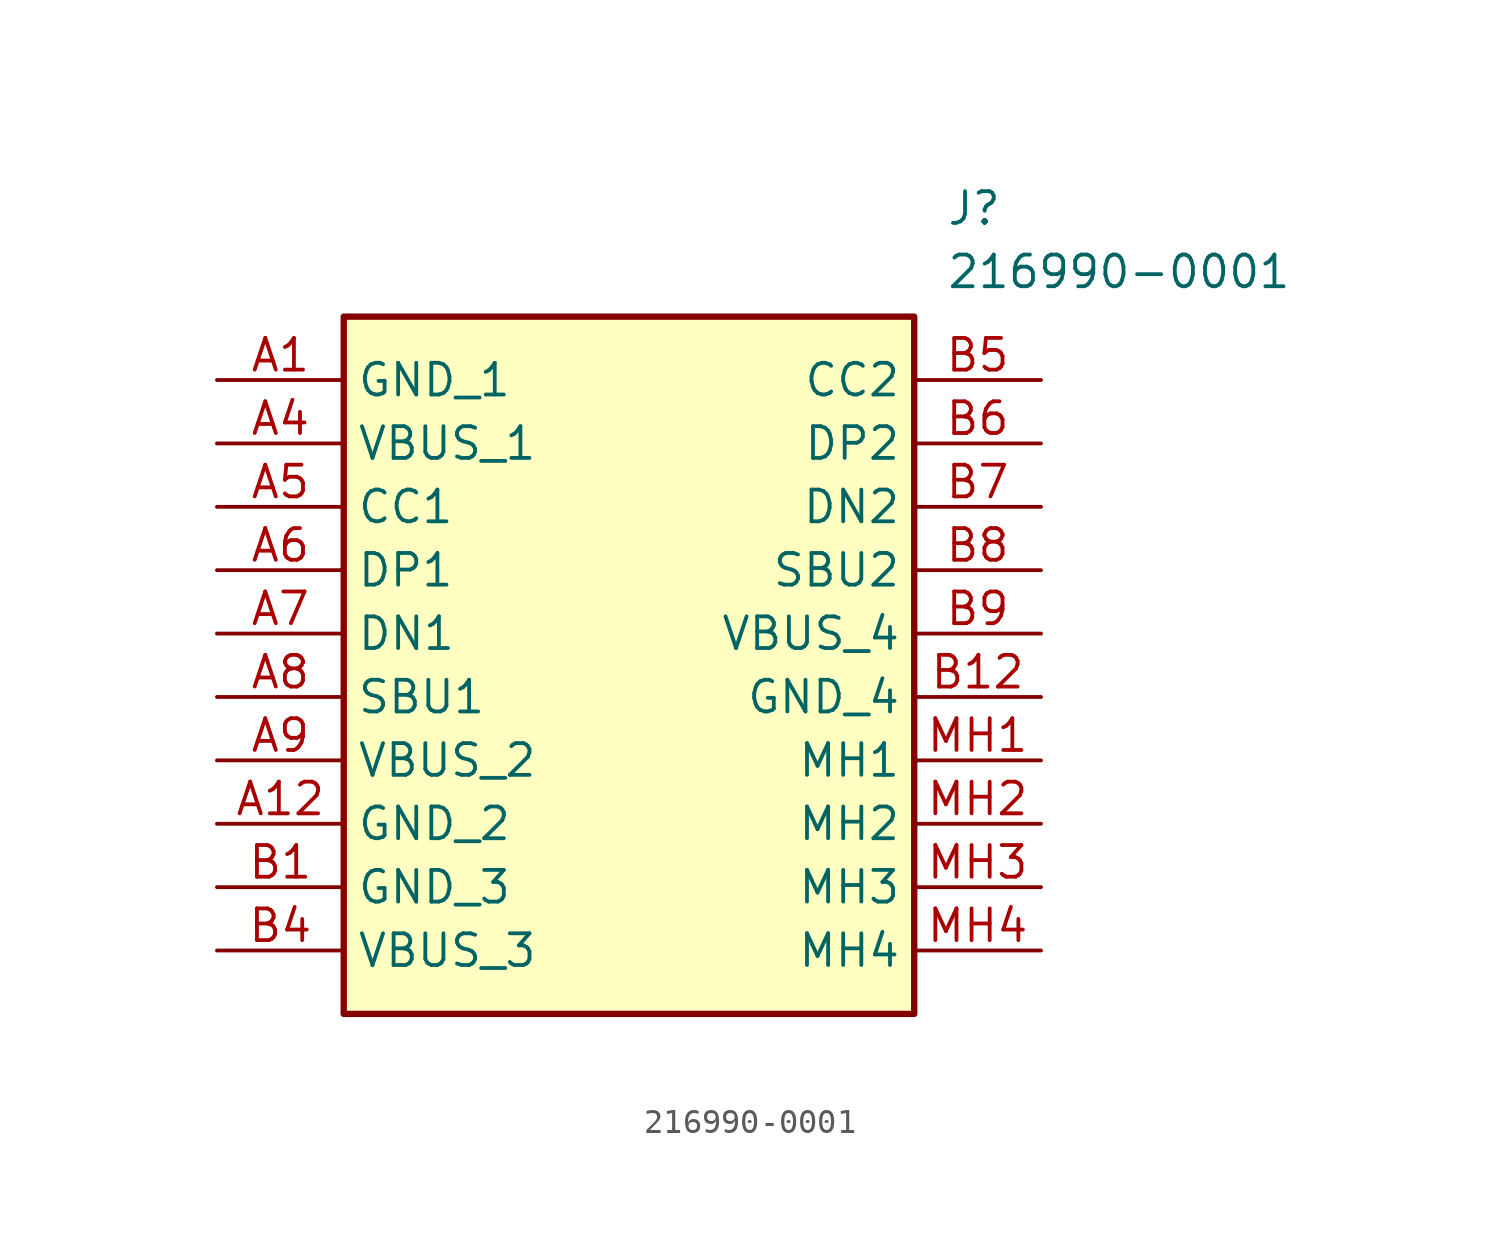
<source format=kicad_sym>
(kicad_symbol_lib
  (version 20231120)
  (generator "kicad_symbol_editor")
  (generator_version "8.0")
  (symbol "216990-0001"
    (property "Reference" "J"
      (at 29.21 7.62 0)
      (effects (font (size 1.27 1.27)) (justify left top)))
    (property "Value" "216990-0001"
      (at 29.21 5.08 0)
      (effects (font (size 1.27 1.27)) (justify left top)))
    (symbol "216990-0001_1_1"
      (rectangle (start 5.08 2.54) (end 27.94 -25.4) (stroke (width 0.254) (type default)) (fill (type background)))
      (pin passive line (at 0 0 0) (length 5.08) (name "GND_1" (effects (font (size 1.27 1.27)))) (number "A1" (effects (font (size 1.27 1.27)))))
      (pin passive line (at 0 -17.78 0) (length 5.08) (name "GND_2" (effects (font (size 1.27 1.27)))) (number "A12" (effects (font (size 1.27 1.27)))))
      (pin passive line (at 0 -2.54 0) (length 5.08) (name "VBUS_1" (effects (font (size 1.27 1.27)))) (number "A4" (effects (font (size 1.27 1.27)))))
      (pin passive line (at 0 -5.08 0) (length 5.08) (name "CC1" (effects (font (size 1.27 1.27)))) (number "A5" (effects (font (size 1.27 1.27)))))
      (pin passive line (at 0 -7.62 0) (length 5.08) (name "DP1" (effects (font (size 1.27 1.27)))) (number "A6" (effects (font (size 1.27 1.27)))))
      (pin passive line (at 0 -10.16 0) (length 5.08) (name "DN1" (effects (font (size 1.27 1.27)))) (number "A7" (effects (font (size 1.27 1.27)))))
      (pin passive line (at 0 -12.7 0) (length 5.08) (name "SBU1" (effects (font (size 1.27 1.27)))) (number "A8" (effects (font (size 1.27 1.27)))))
      (pin passive line (at 0 -15.24 0) (length 5.08) (name "VBUS_2" (effects (font (size 1.27 1.27)))) (number "A9" (effects (font (size 1.27 1.27)))))
      (pin passive line (at 0 -20.32 0) (length 5.08) (name "GND_3" (effects (font (size 1.27 1.27)))) (number "B1" (effects (font (size 1.27 1.27)))))
      (pin passive line (at 33.02 -12.7 180) (length 5.08) (name "GND_4" (effects (font (size 1.27 1.27)))) (number "B12" (effects (font (size 1.27 1.27)))))
      (pin passive line (at 0 -22.86 0) (length 5.08) (name "VBUS_3" (effects (font (size 1.27 1.27)))) (number "B4" (effects (font (size 1.27 1.27)))))
      (pin passive line (at 33.02 0 180) (length 5.08) (name "CC2" (effects (font (size 1.27 1.27)))) (number "B5" (effects (font (size 1.27 1.27)))))
      (pin passive line (at 33.02 -2.54 180) (length 5.08) (name "DP2" (effects (font (size 1.27 1.27)))) (number "B6" (effects (font (size 1.27 1.27)))))
      (pin passive line (at 33.02 -5.08 180) (length 5.08) (name "DN2" (effects (font (size 1.27 1.27)))) (number "B7" (effects (font (size 1.27 1.27)))))
      (pin passive line (at 33.02 -7.62 180) (length 5.08) (name "SBU2" (effects (font (size 1.27 1.27)))) (number "B8" (effects (font (size 1.27 1.27)))))
      (pin passive line (at 33.02 -10.16 180) (length 5.08) (name "VBUS_4" (effects (font (size 1.27 1.27)))) (number "B9" (effects (font (size 1.27 1.27)))))
      (pin passive line (at 33.02 -15.24 180) (length 5.08) (name "MH1" (effects (font (size 1.27 1.27)))) (number "MH1" (effects (font (size 1.27 1.27)))))
      (pin passive line (at 33.02 -17.78 180) (length 5.08) (name "MH2" (effects (font (size 1.27 1.27)))) (number "MH2" (effects (font (size 1.27 1.27)))))
      (pin passive line (at 33.02 -20.32 180) (length 5.08) (name "MH3" (effects (font (size 1.27 1.27)))) (number "MH3" (effects (font (size 1.27 1.27)))))
      (pin passive line (at 33.02 -22.86 180) (length 5.08) (name "MH4" (effects (font (size 1.27 1.27)))) (number "MH4" (effects (font (size 1.27 1.27))))))))
</source>
